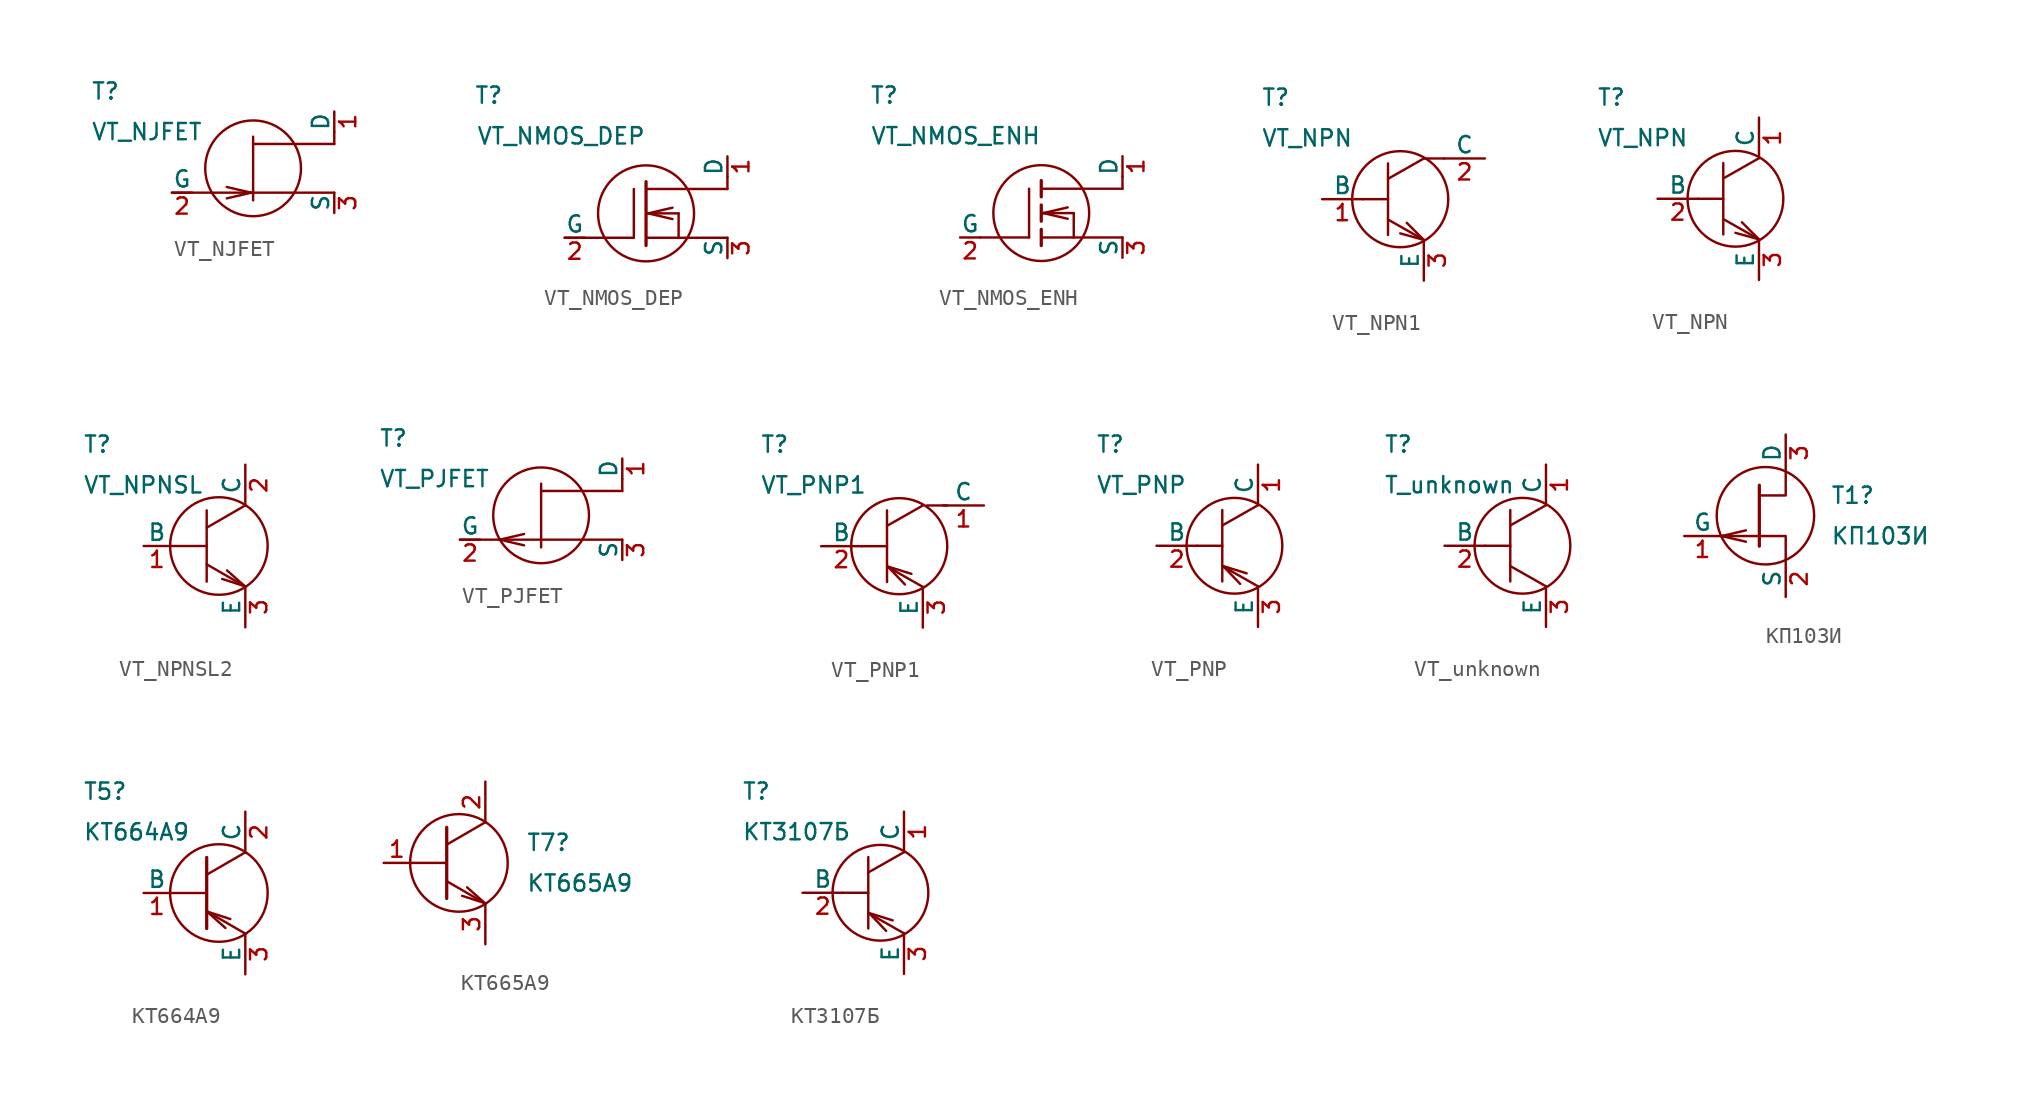
<source format=kicad_sym>
(kicad_symbol_lib
  (version 20231120)
  (generator "kicad_symbol_editor")
  (generator_version "8.0")
  (symbol "VT_NJFET"
    (pin_names
      (offset 0))
    (property "Reference" "T"
      (at -10.16 5.08 0)
      (effects (font (size 1.016 1.016)) (justify left)))
    (property "Value" "VT_NJFET"
      (at -10.16 2.54 0)
      (effects (font (size 1.016 1.016)) (justify left)))
    (symbol "VT_NJFET_1_1"
      (polyline (pts (xy -1.651 -1.626) (xy -0.127 -1.27)) (stroke (width 0) (type default)) (fill (type none)))
      (polyline (pts (xy -0.127 -1.27) (xy -1.651 -0.914)) (stroke (width 0) (type default)) (fill (type none)))
      (polyline (pts (xy 0 1.778) (xy 5.08 1.778)) (stroke (width 0) (type default)) (fill (type none)))
      (polyline (pts (xy 0 2.235) (xy 0 -1.753)) (stroke (width 0) (type default)) (fill (type none)))
      (polyline (pts (xy 5.08 -1.27) (xy -5.08 -1.27)) (stroke (width 0) (type default)) (fill (type none)))
      (polyline (pts (xy 5.08 2.54) (xy 5.08 1.778)) (stroke (width 0) (type default)) (fill (type none)))
      (circle (center 0 0.254) (radius 2.997) (stroke (width 0) (type default)) (fill (type none)))
      (pin passive line (at 5.08 3.81 270) (length 1.27) (name "D" (effects (font (size 1.016 1.016)))) (number "1" (effects (font (size 1.016 1.016)))))
      (pin passive line (at -5.08 -1.27 0) (length 1.27) (name "G" (effects (font (size 1.016 1.016)))) (number "2" (effects (font (size 1.016 1.016)))))
      (pin passive line (at 5.08 -2.54 90) (length 1.27) (name "S" (effects (font (size 1.016 1.016)))) (number "3" (effects (font (size 1.016 1.016)))))))
  (symbol "VT_NMOS_DEP"
    (pin_names
      (offset 0))
    (property "Reference" "T"
      (at -8.89 7.62 0)
      (effects (font (size 1.016 1.016)) (justify right)))
    (property "Value" "VT_NMOS_DEP"
      (at 0 5.08 0)
      (effects (font (size 1.016 1.016)) (justify right)))
    (symbol "VT_NMOS_DEP_1_1"
      (polyline (pts (xy -5.08 -1.27) (xy -0.762 -1.27)) (stroke (width 0) (type default)) (fill (type none)))
      (polyline (pts (xy -0.762 1.778) (xy -0.762 -1.27)) (stroke (width 0) (type default)) (fill (type none)))
      (polyline (pts (xy 0 -1.27) (xy 5.08 -1.27)) (stroke (width 0) (type default)) (fill (type none)))
      (polyline (pts (xy 0 1.778) (xy 5.08 1.778)) (stroke (width 0) (type default)) (fill (type none)))
      (polyline (pts (xy 0 2.235) (xy 0 -1.753)) (stroke (width 0.203) (type default)) (fill (type none)))
      (polyline (pts (xy 0.127 0.254) (xy 1.651 -0.102)) (stroke (width 0) (type default)) (fill (type none)))
      (polyline (pts (xy 1.651 0.61) (xy 0.127 0.254)) (stroke (width 0) (type default)) (fill (type none)))
      (polyline (pts (xy 2.032 0.254) (xy 0.127 0.254)) (stroke (width 0) (type default)) (fill (type none)))
      (polyline (pts (xy 2.032 0.254) (xy 2.032 -1.27)) (stroke (width 0) (type default)) (fill (type none)))
      (polyline (pts (xy 5.08 1.778) (xy 5.08 2.54)) (stroke (width 0) (type default)) (fill (type none)))
      (circle (center 0 0.254) (radius 2.997) (stroke (width 0) (type default)) (fill (type none)))
      (pin passive line (at 5.08 3.81 270) (length 1.27) (name "D" (effects (font (size 1.016 1.016)))) (number "1" (effects (font (size 1.016 1.016)))))
      (pin passive line (at -5.08 -1.27 0) (length 1.27) (name "G" (effects (font (size 1.016 1.016)))) (number "2" (effects (font (size 1.016 1.016)))))
      (pin passive line (at 5.08 -2.54 90) (length 1.27) (name "S" (effects (font (size 1.016 1.016)))) (number "3" (effects (font (size 1.016 1.016)))))))
  (symbol "VT_NMOS_ENH"
    (pin_names
      (offset 0))
    (property "Reference" "T"
      (at -8.89 7.62 0)
      (effects (font (size 1.016 1.016)) (justify right)))
    (property "Value" "VT_NMOS_ENH"
      (at 0 5.08 0)
      (effects (font (size 1.016 1.016)) (justify right)))
    (symbol "VT_NMOS_ENH_1_1"
      (polyline (pts (xy -3.81 -1.27) (xy -0.762 -1.27)) (stroke (width 0) (type default)) (fill (type none)))
      (polyline (pts (xy -0.762 1.778) (xy -0.762 -1.27)) (stroke (width 0) (type default)) (fill (type none)))
      (polyline (pts (xy 0 -1.27) (xy 5.08 -1.27)) (stroke (width 0) (type default)) (fill (type none)))
      (polyline (pts (xy 0 -0.762) (xy 0 -1.778)) (stroke (width 0.203) (type default)) (fill (type none)))
      (polyline (pts (xy 0 0.254) (xy 2.032 0.254)) (stroke (width 0) (type default)) (fill (type none)))
      (polyline (pts (xy 0 0.762) (xy 0 -0.254)) (stroke (width 0.203) (type default)) (fill (type none)))
      (polyline (pts (xy 0 1.778) (xy 5.08 1.778)) (stroke (width 0) (type default)) (fill (type none)))
      (polyline (pts (xy 0 2.286) (xy 0 1.27)) (stroke (width 0.203) (type default)) (fill (type none)))
      (polyline (pts (xy 0.127 0.254) (xy 1.651 -0.102)) (stroke (width 0) (type default)) (fill (type none)))
      (polyline (pts (xy 1.651 0.61) (xy 0.127 0.254)) (stroke (width 0) (type default)) (fill (type none)))
      (polyline (pts (xy 2.032 0.254) (xy 2.032 -1.27)) (stroke (width 0) (type default)) (fill (type none)))
      (polyline (pts (xy 5.08 2.54) (xy 5.08 1.778)) (stroke (width 0) (type default)) (fill (type none)))
      (circle (center 0 0.254) (radius 2.997) (stroke (width 0) (type default)) (fill (type none)))
      (pin passive line (at 5.08 3.81 270) (length 1.27) (name "D" (effects (font (size 1.016 1.016)))) (number "1" (effects (font (size 1.016 1.016)))))
      (pin passive line (at -5.08 -1.27 0) (length 1.27) (name "G" (effects (font (size 1.016 1.016)))) (number "2" (effects (font (size 1.016 1.016)))))
      (pin passive line (at 5.08 -2.54 90) (length 1.27) (name "S" (effects (font (size 1.016 1.016)))) (number "3" (effects (font (size 1.016 1.016)))))))
  (symbol "VT_NPN1"
    (pin_names
      (offset 0))
    (property "Reference" "T"
      (at -8.89 6.35 0)
      (effects (font (size 1.016 1.016)) (justify left)))
    (property "Value" "VT_NPN"
      (at -8.89 3.81 0)
      (effects (font (size 1.016 1.016)) (justify left)))
    (symbol "VT_NPN1_0_0"
      (polyline (pts (xy 2.54 2.54) (xy 1.27 2.54)) (stroke (width 0) (type default)) (fill (type none))))
    (symbol "VT_NPN1_1_1"
      (circle (center -0.203 0) (radius 2.997) (stroke (width 0) (type default)) (fill (type none)))
      (polyline (pts (xy -2.54 0) (xy -1.016 0)) (stroke (width 0) (type default)) (fill (type none)))
      (polyline (pts (xy -0.965 0) (xy -0.965 -2.235)) (stroke (width 0) (type default)) (fill (type none)))
      (polyline (pts (xy -0.965 0) (xy -0.965 2.235)) (stroke (width 0) (type default)) (fill (type none)))
      (polyline (pts (xy 1.27 -2.54) (xy -0.965 -1.27)) (stroke (width 0) (type default)) (fill (type none)))
      (polyline (pts (xy 1.27 2.54) (xy -0.965 1.27)) (stroke (width 0) (type default)) (fill (type none)))
      (polyline (pts (xy 0.203 -1.473) (xy 1.27 -2.54) (xy -0.203 -2.134)) (stroke (width 0) (type default)) (fill (type none)))
      (pin passive line (at -5.08 0 0) (length 2.54) (name "B" (effects (font (size 1.016 1.016)))) (number "1" (effects (font (size 1.016 1.016)))))
      (pin passive line (at 5.08 2.54 180) (length 2.54) (name "C" (effects (font (size 1.016 1.016)))) (number "2" (effects (font (size 1.016 1.016)))))
      (pin passive line (at 1.27 -5.08 90) (length 2.54) (name "E" (effects (font (size 1.016 1.016)))) (number "3" (effects (font (size 1.016 1.016)))))))
  (symbol "VT_NPN"
    (pin_names
      (offset 0))
    (property "Reference" "T"
      (at -8.89 6.35 0)
      (effects (font (size 1.016 1.016)) (justify left)))
    (property "Value" "VT_NPN"
      (at -8.89 3.81 0)
      (effects (font (size 1.016 1.016)) (justify left)))
    (symbol "VT_NPN_1_1"
      (circle (center -0.203 0) (radius 2.997) (stroke (width 0) (type default)) (fill (type none)))
      (polyline (pts (xy -2.54 0) (xy -1.016 0)) (stroke (width 0) (type default)) (fill (type none)))
      (polyline (pts (xy -0.965 0) (xy -0.965 -2.235)) (stroke (width 0) (type default)) (fill (type none)))
      (polyline (pts (xy -0.965 0) (xy -0.965 2.235)) (stroke (width 0) (type default)) (fill (type none)))
      (polyline (pts (xy 1.27 -2.54) (xy -0.965 -1.27)) (stroke (width 0) (type default)) (fill (type none)))
      (polyline (pts (xy 1.27 2.54) (xy -0.965 1.27)) (stroke (width 0) (type default)) (fill (type none)))
      (polyline (pts (xy 0.203 -1.473) (xy 1.27 -2.54) (xy -0.203 -2.134)) (stroke (width 0) (type default)) (fill (type none)))
      (pin passive line (at 1.27 5.08 270) (length 2.54) (name "C" (effects (font (size 1.016 1.016)))) (number "1" (effects (font (size 1.016 1.016)))))
      (pin passive line (at -5.08 0 0) (length 2.54) (name "B" (effects (font (size 1.016 1.016)))) (number "2" (effects (font (size 1.016 1.016)))))
      (pin passive line (at 1.27 -5.08 90) (length 2.54) (name "E" (effects (font (size 1.016 1.016)))) (number "3" (effects (font (size 1.016 1.016)))))))
  (symbol "VT_NPNSL2"
    (pin_names
      (offset 0))
    (property "Reference" "T"
      (at -8.89 6.35 0)
      (effects (font (size 1.016 1.016)) (justify left)))
    (property "Value" "VT_NPNSL"
      (at -8.89 3.81 0)
      (effects (font (size 1.016 1.016)) (justify left)))
    (symbol "VT_NPNSL2_0_1"
      (circle (center -0.381 0) (radius 3.048) (stroke (width 0) (type default)) (fill (type none)))
      (polyline (pts (xy -3.429 0) (xy -1.143 0)) (stroke (width 0) (type default)) (fill (type none)))
      (polyline (pts (xy -1.143 -1.143) (xy 1.27 -2.54)) (stroke (width 0) (type default)) (fill (type none)))
      (polyline (pts (xy -1.143 1.143) (xy 1.27 2.54)) (stroke (width 0) (type default)) (fill (type none)))
      (polyline (pts (xy -1.143 2.223) (xy -1.143 -2.223)) (stroke (width 0) (type default)) (fill (type none)))
      (polyline (pts (xy -0.178 -2.057) (xy 1.27 -2.524)) (stroke (width 0) (type default)) (fill (type none)))
      (polyline (pts (xy 0.127 -1.524) (xy 1.27 -2.54)) (stroke (width 0) (type default)) (fill (type none))))
    (symbol "VT_NPNSL2_1_1"
      (pin input line (at -5.08 0 0) (length 1.651) (name "B" (effects (font (size 1.016 1.016)))) (number "1" (effects (font (size 1.016 1.016)))))
      (pin input line (at 1.27 5.08 270) (length 2.54) (name "C" (effects (font (size 1.016 1.016)))) (number "2" (effects (font (size 1.016 1.016)))))
      (pin input line (at 1.27 -5.08 90) (length 2.54) (name "E" (effects (font (size 1.016 1.016)))) (number "3" (effects (font (size 1.016 1.016)))))))
  (symbol "VT_PJFET"
    (pin_names
      (offset 0))
    (property "Reference" "T"
      (at -10.16 5.08 0)
      (effects (font (size 1.016 1.016)) (justify left)))
    (property "Value" "VT_PJFET"
      (at -10.16 2.54 0)
      (effects (font (size 1.016 1.016)) (justify left)))
    (symbol "VT_PJFET_1_1"
      (polyline (pts (xy -2.591 -1.27) (xy -1.067 -1.626)) (stroke (width 0) (type default)) (fill (type none)))
      (polyline (pts (xy -1.067 -0.914) (xy -2.591 -1.27)) (stroke (width 0) (type default)) (fill (type none)))
      (polyline (pts (xy 0 1.778) (xy 5.08 1.778)) (stroke (width 0) (type default)) (fill (type none)))
      (polyline (pts (xy 0 2.235) (xy 0 -1.753)) (stroke (width 0) (type default)) (fill (type none)))
      (polyline (pts (xy 5.08 -1.27) (xy -5.08 -1.27)) (stroke (width 0) (type default)) (fill (type none)))
      (polyline (pts (xy 5.08 1.778) (xy 5.08 2.54)) (stroke (width 0) (type default)) (fill (type none)))
      (circle (center 0 0.254) (radius 2.997) (stroke (width 0) (type default)) (fill (type none)))
      (pin passive line (at 5.08 3.81 270) (length 1.27) (name "D" (effects (font (size 1.016 1.016)))) (number "1" (effects (font (size 1.016 1.016)))))
      (pin passive line (at -5.08 -1.27 0) (length 1.27) (name "G" (effects (font (size 1.016 1.016)))) (number "2" (effects (font (size 1.016 1.016)))))
      (pin passive line (at 5.08 -2.54 90) (length 1.27) (name "S" (effects (font (size 1.016 1.016)))) (number "3" (effects (font (size 1.016 1.016)))))))
  (symbol "VT_PNP1"
    (pin_names
      (offset 0))
    (property "Reference" "T"
      (at -8.89 6.35 0)
      (effects (font (size 1.016 1.016)) (justify left)))
    (property "Value" "VT_PNP1"
      (at -8.89 3.81 0)
      (effects (font (size 1.016 1.016)) (justify left)))
    (symbol "VT_PNP1_0_1"
      (polyline (pts (xy 2.794 2.54) (xy 1.524 2.54)) (stroke (width 0) (type default)) (fill (type none))))
    (symbol "VT_PNP1_1_1"
      (circle (center -0.203 0) (radius 2.997) (stroke (width 0) (type default)) (fill (type none)))
      (polyline (pts (xy -2.54 0) (xy -1.016 0)) (stroke (width 0) (type default)) (fill (type none)))
      (polyline (pts (xy -0.965 0) (xy -0.965 -2.235)) (stroke (width 0) (type default)) (fill (type none)))
      (polyline (pts (xy -0.965 0) (xy -0.965 2.235)) (stroke (width 0) (type default)) (fill (type none)))
      (polyline (pts (xy 1.27 -2.54) (xy -0.965 -1.27)) (stroke (width 0) (type default)) (fill (type none)))
      (polyline (pts (xy 1.27 2.54) (xy -0.965 1.27)) (stroke (width 0) (type default)) (fill (type none)))
      (polyline (pts (xy 0.152 -2.388) (xy -0.914 -1.27) (xy 0.559 -1.727)) (stroke (width 0) (type default)) (fill (type none)))
      (pin passive line (at 5.08 2.54 180) (length 2.54) (name "C" (effects (font (size 1.016 1.016)))) (number "1" (effects (font (size 1.016 1.016)))))
      (pin passive line (at -5.08 0 0) (length 2.54) (name "B" (effects (font (size 1.016 1.016)))) (number "2" (effects (font (size 1.016 1.016)))))
      (pin passive line (at 1.27 -5.08 90) (length 2.54) (name "E" (effects (font (size 1.016 1.016)))) (number "3" (effects (font (size 1.016 1.016)))))))
  (symbol "VT_PNP"
    (pin_names
      (offset 0))
    (property "Reference" "T"
      (at -8.89 6.35 0)
      (effects (font (size 1.016 1.016)) (justify left)))
    (property "Value" "VT_PNP"
      (at -8.89 3.81 0)
      (effects (font (size 1.016 1.016)) (justify left)))
    (symbol "VT_PNP_1_1"
      (circle (center -0.203 0) (radius 2.997) (stroke (width 0) (type default)) (fill (type none)))
      (polyline (pts (xy -2.54 0) (xy -1.016 0)) (stroke (width 0) (type default)) (fill (type none)))
      (polyline (pts (xy -0.965 0) (xy -0.965 -2.235)) (stroke (width 0) (type default)) (fill (type none)))
      (polyline (pts (xy -0.965 0) (xy -0.965 2.235)) (stroke (width 0) (type default)) (fill (type none)))
      (polyline (pts (xy 1.27 -2.54) (xy -0.965 -1.27)) (stroke (width 0) (type default)) (fill (type none)))
      (polyline (pts (xy 1.27 2.54) (xy -0.965 1.27)) (stroke (width 0) (type default)) (fill (type none)))
      (polyline (pts (xy 0.152 -2.388) (xy -0.914 -1.27) (xy 0.559 -1.727)) (stroke (width 0) (type default)) (fill (type none)))
      (pin passive line (at 1.27 5.08 270) (length 2.54) (name "C" (effects (font (size 1.016 1.016)))) (number "1" (effects (font (size 1.016 1.016)))))
      (pin passive line (at -5.08 0 0) (length 2.54) (name "B" (effects (font (size 1.016 1.016)))) (number "2" (effects (font (size 1.016 1.016)))))
      (pin passive line (at 1.27 -5.08 90) (length 2.54) (name "E" (effects (font (size 1.016 1.016)))) (number "3" (effects (font (size 1.016 1.016)))))))
  (symbol "VT_unknown"
    (pin_names
      (offset 0))
    (property "Reference" "T"
      (at -8.89 6.35 0)
      (effects (font (size 1.016 1.016)) (justify left)))
    (property "Value" "T_unknown"
      (at -8.89 3.81 0)
      (effects (font (size 1.016 1.016)) (justify left)))
    (symbol "VT_unknown_1_1"
      (circle (center -0.203 0) (radius 2.997) (stroke (width 0) (type default)) (fill (type none)))
      (polyline (pts (xy -2.54 0) (xy -1.016 0)) (stroke (width 0) (type default)) (fill (type none)))
      (polyline (pts (xy -0.965 0) (xy -0.965 -2.235)) (stroke (width 0) (type default)) (fill (type none)))
      (polyline (pts (xy -0.965 0) (xy -0.965 2.235)) (stroke (width 0) (type default)) (fill (type none)))
      (polyline (pts (xy 1.27 -2.54) (xy -0.965 -1.27)) (stroke (width 0) (type default)) (fill (type none)))
      (polyline (pts (xy 1.27 2.54) (xy -0.965 1.27)) (stroke (width 0) (type default)) (fill (type none)))
      (pin passive line (at 1.27 5.08 270) (length 2.54) (name "C" (effects (font (size 1.016 1.016)))) (number "1" (effects (font (size 1.016 1.016)))))
      (pin passive line (at -5.08 0 0) (length 2.54) (name "B" (effects (font (size 1.016 1.016)))) (number "2" (effects (font (size 1.016 1.016)))))
      (pin passive line (at 1.27 -5.08 90) (length 2.54) (name "E" (effects (font (size 1.016 1.016)))) (number "3" (effects (font (size 1.016 1.016)))))))
  (symbol "КП103И"
    (pin_names
      (offset 0))
    (property "Reference" "T1"
      (at 4.064 1.27 0)
      (effects (font (size 1.016 1.016)) (justify left)))
    (property "Value" "КП103И"
      (at 4.064 -1.27 0)
      (effects (font (size 1.016 1.016)) (justify left)))
    (symbol "КП103И_0_1"
      (polyline (pts (xy -2.794 -1.27) (xy -0.508 -1.27)) (stroke (width 0) (type default)) (fill (type none)))
      (polyline (pts (xy -0.381 -1.27) (xy 1.27 -1.27) (xy 1.27 -2.794)) (stroke (width 0) (type default)) (fill (type none)))
      (polyline (pts (xy -0.381 1.27) (xy 1.27 1.27) (xy 1.27 2.794)) (stroke (width 0) (type default)) (fill (type none)))
      (circle (center 0 0) (radius 3.048) (stroke (width 0) (type default)) (fill (type none))))
    (symbol "КП103И_1_1"
      (polyline (pts (xy -2.743 -1.27) (xy -1.219 -0.914)) (stroke (width 0) (type default)) (fill (type none)))
      (polyline (pts (xy -1.219 -1.626) (xy -2.743 -1.27)) (stroke (width 0) (type default)) (fill (type none)))
      (polyline (pts (xy -0.381 1.905) (xy -0.381 -1.905)) (stroke (width 0.203) (type default)) (fill (type none)))
      (pin passive line (at -5.08 -1.27 0) (length 2.286) (name "G" (effects (font (size 1.016 1.016)))) (number "1" (effects (font (size 1.016 1.016)))))
      (pin input line (at 1.27 -5.08 90) (length 2.286) (name "S" (effects (font (size 1.016 1.016)))) (number "2" (effects (font (size 1.016 1.016)))))
      (pin input line (at 1.27 5.08 270) (length 2.286) (name "D" (effects (font (size 1.016 1.016)))) (number "3" (effects (font (size 1.016 1.016)))))))
  (symbol "КТ664А9"
    (pin_names
      (offset 0))
    (property "Reference" "T5"
      (at -8.89 6.35 0)
      (effects (font (size 1.016 1.016)) (justify left)))
    (property "Value" "КТ664А9"
      (at -8.89 3.81 0)
      (effects (font (size 1.016 1.016)) (justify left)))
    (symbol "КТ664А9_0_1"
      (circle (center -0.381 0) (radius 3.048) (stroke (width 0) (type default)) (fill (type none)))
      (polyline (pts (xy -3.429 0) (xy -1.143 0)) (stroke (width 0) (type default)) (fill (type none)))
      (polyline (pts (xy -1.143 -1.143) (xy 1.27 -2.54)) (stroke (width 0) (type default)) (fill (type none)))
      (polyline (pts (xy -1.143 1.143) (xy 1.27 2.54)) (stroke (width 0) (type default)) (fill (type none)))
      (polyline (pts (xy 0.025 -2.184) (xy -1.118 -1.168)) (stroke (width 0) (type default)) (fill (type none)))
      (polyline (pts (xy 0.33 -1.626) (xy -1.118 -1.159)) (stroke (width 0) (type default)) (fill (type none))))
    (symbol "КТ664А9_1_1"
      (polyline (pts (xy -1.143 2.223) (xy -1.143 -2.223)) (stroke (width 0.203) (type default)) (fill (type none)))
      (pin input line (at -5.08 0 0) (length 1.651) (name "B" (effects (font (size 1.016 1.016)))) (number "1" (effects (font (size 1.016 1.016)))))
      (pin input line (at 1.27 5.08 270) (length 2.54) (name "C" (effects (font (size 1.016 1.016)))) (number "2" (effects (font (size 1.016 1.016)))))
      (pin input line (at 1.27 -5.08 90) (length 2.54) (name "E" (effects (font (size 1.016 1.016)))) (number "3" (effects (font (size 1.016 1.016)))))))
  (symbol "КТ665А9"
    (pin_names
      (offset 0) hide)
    (property "Reference" "T7"
      (at 3.81 1.27 0)
      (effects (font (size 1.016 1.016)) (justify left)))
    (property "Value" "КТ665А9"
      (at 3.81 -1.27 0)
      (effects (font (size 1.016 1.016)) (justify left)))
    (symbol "КТ665А9_0_1"
      (circle (center -0.381 0) (radius 3.048) (stroke (width 0) (type default)) (fill (type none)))
      (polyline (pts (xy -3.429 0) (xy -1.143 0)) (stroke (width 0) (type default)) (fill (type none)))
      (polyline (pts (xy -1.143 -1.143) (xy 1.27 -2.54)) (stroke (width 0) (type default)) (fill (type none)))
      (polyline (pts (xy -1.143 1.143) (xy 1.27 2.54)) (stroke (width 0) (type default)) (fill (type none)))
      (polyline (pts (xy -0.178 -2.057) (xy 1.27 -2.524)) (stroke (width 0) (type default)) (fill (type none)))
      (polyline (pts (xy 0.127 -1.524) (xy 1.27 -2.54)) (stroke (width 0) (type default)) (fill (type none))))
    (symbol "КТ665А9_1_1"
      (polyline (pts (xy -1.143 2.223) (xy -1.143 -2.223)) (stroke (width 0.203) (type default)) (fill (type none)))
      (pin input line (at -5.08 0 0) (length 1.651) (name "B" (effects (font (size 1.016 1.016)))) (number "1" (effects (font (size 1.016 1.016)))))
      (pin input line (at 1.27 5.08 270) (length 2.54) (name "C" (effects (font (size 1.016 1.016)))) (number "2" (effects (font (size 1.016 1.016)))))
      (pin input line (at 1.27 -5.08 90) (length 2.54) (name "E" (effects (font (size 1.016 1.016)))) (number "3" (effects (font (size 1.016 1.016)))))))
  (symbol "КТ3107Б"
    (pin_names
      (offset 0))
    (property "Reference" "T"
      (at -8.89 6.35 0)
      (effects (font (size 1.016 1.016)) (justify left)))
    (property "Value" "КТ3107Б"
      (at -8.89 3.81 0)
      (effects (font (size 1.016 1.016)) (justify left)))
    (symbol "КТ3107Б_1_1"
      (circle (center -0.203 0) (radius 2.997) (stroke (width 0) (type default)) (fill (type none)))
      (polyline (pts (xy -2.54 0) (xy -1.016 0)) (stroke (width 0) (type default)) (fill (type none)))
      (polyline (pts (xy -0.965 0) (xy -0.965 -2.235)) (stroke (width 0) (type default)) (fill (type none)))
      (polyline (pts (xy -0.965 0) (xy -0.965 2.235)) (stroke (width 0) (type default)) (fill (type none)))
      (polyline (pts (xy 1.27 -2.54) (xy -0.965 -1.27)) (stroke (width 0) (type default)) (fill (type none)))
      (polyline (pts (xy 1.27 2.54) (xy -0.965 1.27)) (stroke (width 0) (type default)) (fill (type none)))
      (polyline (pts (xy 0.152 -2.388) (xy -0.914 -1.27) (xy 0.559 -1.727)) (stroke (width 0) (type default)) (fill (type none)))
      (pin passive line (at 1.27 5.08 270) (length 2.54) (name "C" (effects (font (size 1.016 1.016)))) (number "1" (effects (font (size 1.016 1.016)))))
      (pin passive line (at -5.08 0 0) (length 2.54) (name "B" (effects (font (size 1.016 1.016)))) (number "2" (effects (font (size 1.016 1.016)))))
      (pin passive line (at 1.27 -5.08 90) (length 2.54) (name "E" (effects (font (size 1.016 1.016)))) (number "3" (effects (font (size 1.016 1.016))))))))
</source>
